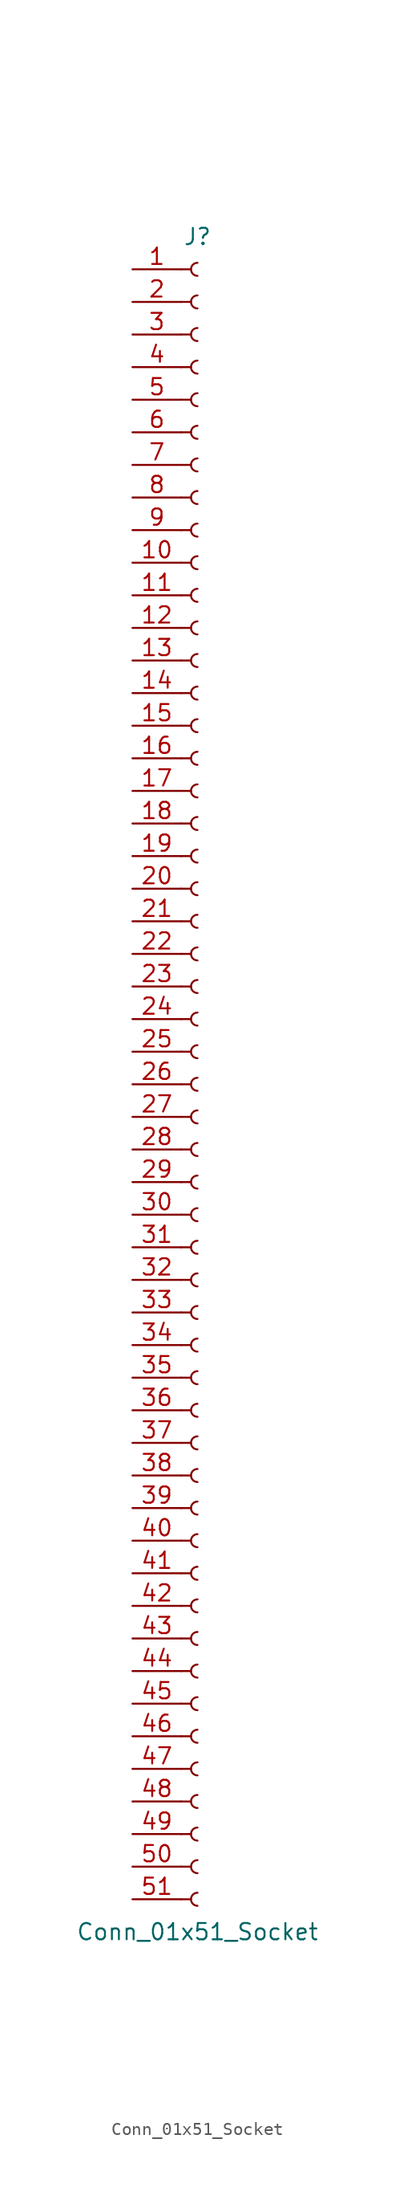
<source format=kicad_sym>
(kicad_symbol_lib
  (version 20220914)
  (generator kicad_symbol_editor)
  (symbol "Conn_01x51_Socket"
    (pin_names
      (offset 1.016) hide)
    (property "Reference" "J"
      (at 0 66.04 0)
      (effects (font (size 1.27 1.27))))
    (property "Value" "Conn_01x51_Socket"
      (at 0 -66.04 0)
      (effects (font (size 1.27 1.27))))
    (property "ki_locked" ""
      (at 0 0 0)
      (effects (font (size 1.27 1.27))))
    (symbol "Conn_01x51_Socket_1_1"
      (arc (start 0 -62.992) (mid -0.5058 -63.5) (end 0 -64.008) (stroke (width 0.1524) (type default)) (fill (type none)))
      (arc (start 0 -60.452) (mid -0.5058 -60.96) (end 0 -61.468) (stroke (width 0.1524) (type default)) (fill (type none)))
      (arc (start 0 -57.912) (mid -0.5058 -58.42) (end 0 -58.928) (stroke (width 0.1524) (type default)) (fill (type none)))
      (arc (start 0 -55.372) (mid -0.5058 -55.88) (end 0 -56.388) (stroke (width 0.1524) (type default)) (fill (type none)))
      (arc (start 0 -52.832) (mid -0.5058 -53.34) (end 0 -53.848) (stroke (width 0.1524) (type default)) (fill (type none)))
      (arc (start 0 -50.292) (mid -0.5058 -50.8) (end 0 -51.308) (stroke (width 0.1524) (type default)) (fill (type none)))
      (arc (start 0 -47.752) (mid -0.5058 -48.26) (end 0 -48.768) (stroke (width 0.1524) (type default)) (fill (type none)))
      (arc (start 0 -45.212) (mid -0.5058 -45.72) (end 0 -46.228) (stroke (width 0.1524) (type default)) (fill (type none)))
      (arc (start 0 -42.672) (mid -0.5058 -43.18) (end 0 -43.688) (stroke (width 0.1524) (type default)) (fill (type none)))
      (arc (start 0 -40.132) (mid -0.5058 -40.64) (end 0 -41.148) (stroke (width 0.1524) (type default)) (fill (type none)))
      (arc (start 0 -37.592) (mid -0.5058 -38.1) (end 0 -38.608) (stroke (width 0.1524) (type default)) (fill (type none)))
      (arc (start 0 -35.052) (mid -0.5058 -35.56) (end 0 -36.068) (stroke (width 0.1524) (type default)) (fill (type none)))
      (arc (start 0 -32.512) (mid -0.5058 -33.02) (end 0 -33.528) (stroke (width 0.1524) (type default)) (fill (type none)))
      (arc (start 0 -29.972) (mid -0.5058 -30.48) (end 0 -30.988) (stroke (width 0.1524) (type default)) (fill (type none)))
      (arc (start 0 -27.432) (mid -0.5058 -27.94) (end 0 -28.448) (stroke (width 0.1524) (type default)) (fill (type none)))
      (arc (start 0 -24.892) (mid -0.5058 -25.4) (end 0 -25.908) (stroke (width 0.1524) (type default)) (fill (type none)))
      (arc (start 0 -22.352) (mid -0.5058 -22.86) (end 0 -23.368) (stroke (width 0.1524) (type default)) (fill (type none)))
      (arc (start 0 -19.812) (mid -0.5058 -20.32) (end 0 -20.828) (stroke (width 0.1524) (type default)) (fill (type none)))
      (arc (start 0 -17.272) (mid -0.5058 -17.78) (end 0 -18.288) (stroke (width 0.1524) (type default)) (fill (type none)))
      (arc (start 0 -14.732) (mid -0.5058 -15.24) (end 0 -15.748) (stroke (width 0.1524) (type default)) (fill (type none)))
      (arc (start 0 -12.192) (mid -0.5058 -12.7) (end 0 -13.208) (stroke (width 0.1524) (type default)) (fill (type none)))
      (arc (start 0 -9.652) (mid -0.5058 -10.16) (end 0 -10.668) (stroke (width 0.1524) (type default)) (fill (type none)))
      (arc (start 0 -7.112) (mid -0.5058 -7.62) (end 0 -8.128) (stroke (width 0.1524) (type default)) (fill (type none)))
      (arc (start 0 -4.572) (mid -0.5058 -5.08) (end 0 -5.588) (stroke (width 0.1524) (type default)) (fill (type none)))
      (arc (start 0 -2.032) (mid -0.5058 -2.54) (end 0 -3.048) (stroke (width 0.1524) (type default)) (fill (type none)))
      (polyline (pts (xy -1.27 -63.5) (xy -0.508 -63.5)) (stroke (width 0.152) (type default)) (fill (type none)))
      (polyline (pts (xy -1.27 -60.96) (xy -0.508 -60.96)) (stroke (width 0.152) (type default)) (fill (type none)))
      (polyline (pts (xy -1.27 -58.42) (xy -0.508 -58.42)) (stroke (width 0.152) (type default)) (fill (type none)))
      (polyline (pts (xy -1.27 -55.88) (xy -0.508 -55.88)) (stroke (width 0.152) (type default)) (fill (type none)))
      (polyline (pts (xy -1.27 -53.34) (xy -0.508 -53.34)) (stroke (width 0.152) (type default)) (fill (type none)))
      (polyline (pts (xy -1.27 -50.8) (xy -0.508 -50.8)) (stroke (width 0.152) (type default)) (fill (type none)))
      (polyline (pts (xy -1.27 -48.26) (xy -0.508 -48.26)) (stroke (width 0.152) (type default)) (fill (type none)))
      (polyline (pts (xy -1.27 -45.72) (xy -0.508 -45.72)) (stroke (width 0.152) (type default)) (fill (type none)))
      (polyline (pts (xy -1.27 -43.18) (xy -0.508 -43.18)) (stroke (width 0.152) (type default)) (fill (type none)))
      (polyline (pts (xy -1.27 -40.64) (xy -0.508 -40.64)) (stroke (width 0.152) (type default)) (fill (type none)))
      (polyline (pts (xy -1.27 -38.1) (xy -0.508 -38.1)) (stroke (width 0.152) (type default)) (fill (type none)))
      (polyline (pts (xy -1.27 -35.56) (xy -0.508 -35.56)) (stroke (width 0.152) (type default)) (fill (type none)))
      (polyline (pts (xy -1.27 -33.02) (xy -0.508 -33.02)) (stroke (width 0.152) (type default)) (fill (type none)))
      (polyline (pts (xy -1.27 -30.48) (xy -0.508 -30.48)) (stroke (width 0.152) (type default)) (fill (type none)))
      (polyline (pts (xy -1.27 -27.94) (xy -0.508 -27.94)) (stroke (width 0.152) (type default)) (fill (type none)))
      (polyline (pts (xy -1.27 -25.4) (xy -0.508 -25.4)) (stroke (width 0.152) (type default)) (fill (type none)))
      (polyline (pts (xy -1.27 -22.86) (xy -0.508 -22.86)) (stroke (width 0.152) (type default)) (fill (type none)))
      (polyline (pts (xy -1.27 -20.32) (xy -0.508 -20.32)) (stroke (width 0.152) (type default)) (fill (type none)))
      (polyline (pts (xy -1.27 -17.78) (xy -0.508 -17.78)) (stroke (width 0.152) (type default)) (fill (type none)))
      (polyline (pts (xy -1.27 -15.24) (xy -0.508 -15.24)) (stroke (width 0.152) (type default)) (fill (type none)))
      (polyline (pts (xy -1.27 -12.7) (xy -0.508 -12.7)) (stroke (width 0.152) (type default)) (fill (type none)))
      (polyline (pts (xy -1.27 -10.16) (xy -0.508 -10.16)) (stroke (width 0.152) (type default)) (fill (type none)))
      (polyline (pts (xy -1.27 -7.62) (xy -0.508 -7.62)) (stroke (width 0.152) (type default)) (fill (type none)))
      (polyline (pts (xy -1.27 -5.08) (xy -0.508 -5.08)) (stroke (width 0.152) (type default)) (fill (type none)))
      (polyline (pts (xy -1.27 -2.54) (xy -0.508 -2.54)) (stroke (width 0.152) (type default)) (fill (type none)))
      (polyline (pts (xy -1.27 0) (xy -0.508 0)) (stroke (width 0.152) (type default)) (fill (type none)))
      (polyline (pts (xy -1.27 2.54) (xy -0.508 2.54)) (stroke (width 0.152) (type default)) (fill (type none)))
      (polyline (pts (xy -1.27 5.08) (xy -0.508 5.08)) (stroke (width 0.152) (type default)) (fill (type none)))
      (polyline (pts (xy -1.27 7.62) (xy -0.508 7.62)) (stroke (width 0.152) (type default)) (fill (type none)))
      (polyline (pts (xy -1.27 10.16) (xy -0.508 10.16)) (stroke (width 0.152) (type default)) (fill (type none)))
      (polyline (pts (xy -1.27 12.7) (xy -0.508 12.7)) (stroke (width 0.152) (type default)) (fill (type none)))
      (polyline (pts (xy -1.27 15.24) (xy -0.508 15.24)) (stroke (width 0.152) (type default)) (fill (type none)))
      (polyline (pts (xy -1.27 17.78) (xy -0.508 17.78)) (stroke (width 0.152) (type default)) (fill (type none)))
      (polyline (pts (xy -1.27 20.32) (xy -0.508 20.32)) (stroke (width 0.152) (type default)) (fill (type none)))
      (polyline (pts (xy -1.27 22.86) (xy -0.508 22.86)) (stroke (width 0.152) (type default)) (fill (type none)))
      (polyline (pts (xy -1.27 25.4) (xy -0.508 25.4)) (stroke (width 0.152) (type default)) (fill (type none)))
      (polyline (pts (xy -1.27 27.94) (xy -0.508 27.94)) (stroke (width 0.152) (type default)) (fill (type none)))
      (polyline (pts (xy -1.27 30.48) (xy -0.508 30.48)) (stroke (width 0.152) (type default)) (fill (type none)))
      (polyline (pts (xy -1.27 33.02) (xy -0.508 33.02)) (stroke (width 0.152) (type default)) (fill (type none)))
      (polyline (pts (xy -1.27 35.56) (xy -0.508 35.56)) (stroke (width 0.152) (type default)) (fill (type none)))
      (polyline (pts (xy -1.27 38.1) (xy -0.508 38.1)) (stroke (width 0.152) (type default)) (fill (type none)))
      (polyline (pts (xy -1.27 40.64) (xy -0.508 40.64)) (stroke (width 0.152) (type default)) (fill (type none)))
      (polyline (pts (xy -1.27 43.18) (xy -0.508 43.18)) (stroke (width 0.152) (type default)) (fill (type none)))
      (polyline (pts (xy -1.27 45.72) (xy -0.508 45.72)) (stroke (width 0.152) (type default)) (fill (type none)))
      (polyline (pts (xy -1.27 48.26) (xy -0.508 48.26)) (stroke (width 0.152) (type default)) (fill (type none)))
      (polyline (pts (xy -1.27 50.8) (xy -0.508 50.8)) (stroke (width 0.152) (type default)) (fill (type none)))
      (polyline (pts (xy -1.27 53.34) (xy -0.508 53.34)) (stroke (width 0.152) (type default)) (fill (type none)))
      (polyline (pts (xy -1.27 55.88) (xy -0.508 55.88)) (stroke (width 0.152) (type default)) (fill (type none)))
      (polyline (pts (xy -1.27 58.42) (xy -0.508 58.42)) (stroke (width 0.152) (type default)) (fill (type none)))
      (polyline (pts (xy -1.27 60.96) (xy -0.508 60.96)) (stroke (width 0.152) (type default)) (fill (type none)))
      (polyline (pts (xy -1.27 63.5) (xy -0.508 63.5)) (stroke (width 0.152) (type default)) (fill (type none)))
      (arc (start 0 0.508) (mid -0.5058 0) (end 0 -0.508) (stroke (width 0.1524) (type default)) (fill (type none)))
      (arc (start 0 3.048) (mid -0.5058 2.54) (end 0 2.032) (stroke (width 0.1524) (type default)) (fill (type none)))
      (arc (start 0 5.588) (mid -0.5058 5.08) (end 0 4.572) (stroke (width 0.1524) (type default)) (fill (type none)))
      (arc (start 0 8.128) (mid -0.5058 7.62) (end 0 7.112) (stroke (width 0.1524) (type default)) (fill (type none)))
      (arc (start 0 10.668) (mid -0.5058 10.16) (end 0 9.652) (stroke (width 0.1524) (type default)) (fill (type none)))
      (arc (start 0 13.208) (mid -0.5058 12.7) (end 0 12.192) (stroke (width 0.1524) (type default)) (fill (type none)))
      (arc (start 0 15.748) (mid -0.5058 15.24) (end 0 14.732) (stroke (width 0.1524) (type default)) (fill (type none)))
      (arc (start 0 18.288) (mid -0.5058 17.78) (end 0 17.272) (stroke (width 0.1524) (type default)) (fill (type none)))
      (arc (start 0 20.828) (mid -0.5058 20.32) (end 0 19.812) (stroke (width 0.1524) (type default)) (fill (type none)))
      (arc (start 0 23.368) (mid -0.5058 22.86) (end 0 22.352) (stroke (width 0.1524) (type default)) (fill (type none)))
      (arc (start 0 25.908) (mid -0.5058 25.4) (end 0 24.892) (stroke (width 0.1524) (type default)) (fill (type none)))
      (arc (start 0 28.448) (mid -0.5058 27.94) (end 0 27.432) (stroke (width 0.1524) (type default)) (fill (type none)))
      (arc (start 0 30.988) (mid -0.5058 30.48) (end 0 29.972) (stroke (width 0.1524) (type default)) (fill (type none)))
      (arc (start 0 33.528) (mid -0.5058 33.02) (end 0 32.512) (stroke (width 0.1524) (type default)) (fill (type none)))
      (arc (start 0 36.068) (mid -0.5058 35.56) (end 0 35.052) (stroke (width 0.1524) (type default)) (fill (type none)))
      (arc (start 0 38.608) (mid -0.5058 38.1) (end 0 37.592) (stroke (width 0.1524) (type default)) (fill (type none)))
      (arc (start 0 41.148) (mid -0.5058 40.64) (end 0 40.132) (stroke (width 0.1524) (type default)) (fill (type none)))
      (arc (start 0 43.688) (mid -0.5058 43.18) (end 0 42.672) (stroke (width 0.1524) (type default)) (fill (type none)))
      (arc (start 0 46.228) (mid -0.5058 45.72) (end 0 45.212) (stroke (width 0.1524) (type default)) (fill (type none)))
      (arc (start 0 48.768) (mid -0.5058 48.26) (end 0 47.752) (stroke (width 0.1524) (type default)) (fill (type none)))
      (arc (start 0 51.308) (mid -0.5058 50.8) (end 0 50.292) (stroke (width 0.1524) (type default)) (fill (type none)))
      (arc (start 0 53.848) (mid -0.5058 53.34) (end 0 52.832) (stroke (width 0.1524) (type default)) (fill (type none)))
      (arc (start 0 56.388) (mid -0.5058 55.88) (end 0 55.372) (stroke (width 0.1524) (type default)) (fill (type none)))
      (arc (start 0 58.928) (mid -0.5058 58.42) (end 0 57.912) (stroke (width 0.1524) (type default)) (fill (type none)))
      (arc (start 0 61.468) (mid -0.5058 60.96) (end 0 60.452) (stroke (width 0.1524) (type default)) (fill (type none)))
      (arc (start 0 64.008) (mid -0.5058 63.5) (end 0 62.992) (stroke (width 0.1524) (type default)) (fill (type none)))
      (pin passive line (at -5.08 63.5 0) (length 3.81) (name "Pin_1" (effects (font (size 1.27 1.27)))) (number "1" (effects (font (size 1.27 1.27)))))
      (pin passive line (at -5.08 40.64 0) (length 3.81) (name "Pin_10" (effects (font (size 1.27 1.27)))) (number "10" (effects (font (size 1.27 1.27)))))
      (pin passive line (at -5.08 38.1 0) (length 3.81) (name "Pin_11" (effects (font (size 1.27 1.27)))) (number "11" (effects (font (size 1.27 1.27)))))
      (pin passive line (at -5.08 35.56 0) (length 3.81) (name "Pin_12" (effects (font (size 1.27 1.27)))) (number "12" (effects (font (size 1.27 1.27)))))
      (pin passive line (at -5.08 33.02 0) (length 3.81) (name "Pin_13" (effects (font (size 1.27 1.27)))) (number "13" (effects (font (size 1.27 1.27)))))
      (pin passive line (at -5.08 30.48 0) (length 3.81) (name "Pin_14" (effects (font (size 1.27 1.27)))) (number "14" (effects (font (size 1.27 1.27)))))
      (pin passive line (at -5.08 27.94 0) (length 3.81) (name "Pin_15" (effects (font (size 1.27 1.27)))) (number "15" (effects (font (size 1.27 1.27)))))
      (pin passive line (at -5.08 25.4 0) (length 3.81) (name "Pin_16" (effects (font (size 1.27 1.27)))) (number "16" (effects (font (size 1.27 1.27)))))
      (pin passive line (at -5.08 22.86 0) (length 3.81) (name "Pin_17" (effects (font (size 1.27 1.27)))) (number "17" (effects (font (size 1.27 1.27)))))
      (pin passive line (at -5.08 20.32 0) (length 3.81) (name "Pin_18" (effects (font (size 1.27 1.27)))) (number "18" (effects (font (size 1.27 1.27)))))
      (pin passive line (at -5.08 17.78 0) (length 3.81) (name "Pin_19" (effects (font (size 1.27 1.27)))) (number "19" (effects (font (size 1.27 1.27)))))
      (pin passive line (at -5.08 60.96 0) (length 3.81) (name "Pin_2" (effects (font (size 1.27 1.27)))) (number "2" (effects (font (size 1.27 1.27)))))
      (pin passive line (at -5.08 15.24 0) (length 3.81) (name "Pin_20" (effects (font (size 1.27 1.27)))) (number "20" (effects (font (size 1.27 1.27)))))
      (pin passive line (at -5.08 12.7 0) (length 3.81) (name "Pin_21" (effects (font (size 1.27 1.27)))) (number "21" (effects (font (size 1.27 1.27)))))
      (pin passive line (at -5.08 10.16 0) (length 3.81) (name "Pin_22" (effects (font (size 1.27 1.27)))) (number "22" (effects (font (size 1.27 1.27)))))
      (pin passive line (at -5.08 7.62 0) (length 3.81) (name "Pin_23" (effects (font (size 1.27 1.27)))) (number "23" (effects (font (size 1.27 1.27)))))
      (pin passive line (at -5.08 5.08 0) (length 3.81) (name "Pin_24" (effects (font (size 1.27 1.27)))) (number "24" (effects (font (size 1.27 1.27)))))
      (pin passive line (at -5.08 2.54 0) (length 3.81) (name "Pin_25" (effects (font (size 1.27 1.27)))) (number "25" (effects (font (size 1.27 1.27)))))
      (pin passive line (at -5.08 0 0) (length 3.81) (name "Pin_26" (effects (font (size 1.27 1.27)))) (number "26" (effects (font (size 1.27 1.27)))))
      (pin passive line (at -5.08 -2.54 0) (length 3.81) (name "Pin_27" (effects (font (size 1.27 1.27)))) (number "27" (effects (font (size 1.27 1.27)))))
      (pin passive line (at -5.08 -5.08 0) (length 3.81) (name "Pin_28" (effects (font (size 1.27 1.27)))) (number "28" (effects (font (size 1.27 1.27)))))
      (pin passive line (at -5.08 -7.62 0) (length 3.81) (name "Pin_29" (effects (font (size 1.27 1.27)))) (number "29" (effects (font (size 1.27 1.27)))))
      (pin passive line (at -5.08 58.42 0) (length 3.81) (name "Pin_3" (effects (font (size 1.27 1.27)))) (number "3" (effects (font (size 1.27 1.27)))))
      (pin passive line (at -5.08 -10.16 0) (length 3.81) (name "Pin_30" (effects (font (size 1.27 1.27)))) (number "30" (effects (font (size 1.27 1.27)))))
      (pin passive line (at -5.08 -12.7 0) (length 3.81) (name "Pin_31" (effects (font (size 1.27 1.27)))) (number "31" (effects (font (size 1.27 1.27)))))
      (pin passive line (at -5.08 -15.24 0) (length 3.81) (name "Pin_32" (effects (font (size 1.27 1.27)))) (number "32" (effects (font (size 1.27 1.27)))))
      (pin passive line (at -5.08 -17.78 0) (length 3.81) (name "Pin_33" (effects (font (size 1.27 1.27)))) (number "33" (effects (font (size 1.27 1.27)))))
      (pin passive line (at -5.08 -20.32 0) (length 3.81) (name "Pin_34" (effects (font (size 1.27 1.27)))) (number "34" (effects (font (size 1.27 1.27)))))
      (pin passive line (at -5.08 -22.86 0) (length 3.81) (name "Pin_35" (effects (font (size 1.27 1.27)))) (number "35" (effects (font (size 1.27 1.27)))))
      (pin passive line (at -5.08 -25.4 0) (length 3.81) (name "Pin_36" (effects (font (size 1.27 1.27)))) (number "36" (effects (font (size 1.27 1.27)))))
      (pin passive line (at -5.08 -27.94 0) (length 3.81) (name "Pin_37" (effects (font (size 1.27 1.27)))) (number "37" (effects (font (size 1.27 1.27)))))
      (pin passive line (at -5.08 -30.48 0) (length 3.81) (name "Pin_38" (effects (font (size 1.27 1.27)))) (number "38" (effects (font (size 1.27 1.27)))))
      (pin passive line (at -5.08 -33.02 0) (length 3.81) (name "Pin_39" (effects (font (size 1.27 1.27)))) (number "39" (effects (font (size 1.27 1.27)))))
      (pin passive line (at -5.08 55.88 0) (length 3.81) (name "Pin_4" (effects (font (size 1.27 1.27)))) (number "4" (effects (font (size 1.27 1.27)))))
      (pin passive line (at -5.08 -35.56 0) (length 3.81) (name "Pin_40" (effects (font (size 1.27 1.27)))) (number "40" (effects (font (size 1.27 1.27)))))
      (pin passive line (at -5.08 -38.1 0) (length 3.81) (name "Pin_41" (effects (font (size 1.27 1.27)))) (number "41" (effects (font (size 1.27 1.27)))))
      (pin passive line (at -5.08 -40.64 0) (length 3.81) (name "Pin_42" (effects (font (size 1.27 1.27)))) (number "42" (effects (font (size 1.27 1.27)))))
      (pin passive line (at -5.08 -43.18 0) (length 3.81) (name "Pin_43" (effects (font (size 1.27 1.27)))) (number "43" (effects (font (size 1.27 1.27)))))
      (pin passive line (at -5.08 -45.72 0) (length 3.81) (name "Pin_44" (effects (font (size 1.27 1.27)))) (number "44" (effects (font (size 1.27 1.27)))))
      (pin passive line (at -5.08 -48.26 0) (length 3.81) (name "Pin_45" (effects (font (size 1.27 1.27)))) (number "45" (effects (font (size 1.27 1.27)))))
      (pin passive line (at -5.08 -50.8 0) (length 3.81) (name "Pin_46" (effects (font (size 1.27 1.27)))) (number "46" (effects (font (size 1.27 1.27)))))
      (pin passive line (at -5.08 -53.34 0) (length 3.81) (name "Pin_47" (effects (font (size 1.27 1.27)))) (number "47" (effects (font (size 1.27 1.27)))))
      (pin passive line (at -5.08 -55.88 0) (length 3.81) (name "Pin_48" (effects (font (size 1.27 1.27)))) (number "48" (effects (font (size 1.27 1.27)))))
      (pin passive line (at -5.08 -58.42 0) (length 3.81) (name "Pin_49" (effects (font (size 1.27 1.27)))) (number "49" (effects (font (size 1.27 1.27)))))
      (pin passive line (at -5.08 53.34 0) (length 3.81) (name "Pin_5" (effects (font (size 1.27 1.27)))) (number "5" (effects (font (size 1.27 1.27)))))
      (pin passive line (at -5.08 -60.96 0) (length 3.81) (name "Pin_50" (effects (font (size 1.27 1.27)))) (number "50" (effects (font (size 1.27 1.27)))))
      (pin passive line (at -5.08 -63.5 0) (length 3.81) (name "Pin_51" (effects (font (size 1.27 1.27)))) (number "51" (effects (font (size 1.27 1.27)))))
      (pin passive line (at -5.08 50.8 0) (length 3.81) (name "Pin_6" (effects (font (size 1.27 1.27)))) (number "6" (effects (font (size 1.27 1.27)))))
      (pin passive line (at -5.08 48.26 0) (length 3.81) (name "Pin_7" (effects (font (size 1.27 1.27)))) (number "7" (effects (font (size 1.27 1.27)))))
      (pin passive line (at -5.08 45.72 0) (length 3.81) (name "Pin_8" (effects (font (size 1.27 1.27)))) (number "8" (effects (font (size 1.27 1.27)))))
      (pin passive line (at -5.08 43.18 0) (length 3.81) (name "Pin_9" (effects (font (size 1.27 1.27)))) (number "9" (effects (font (size 1.27 1.27))))))))
</source>
